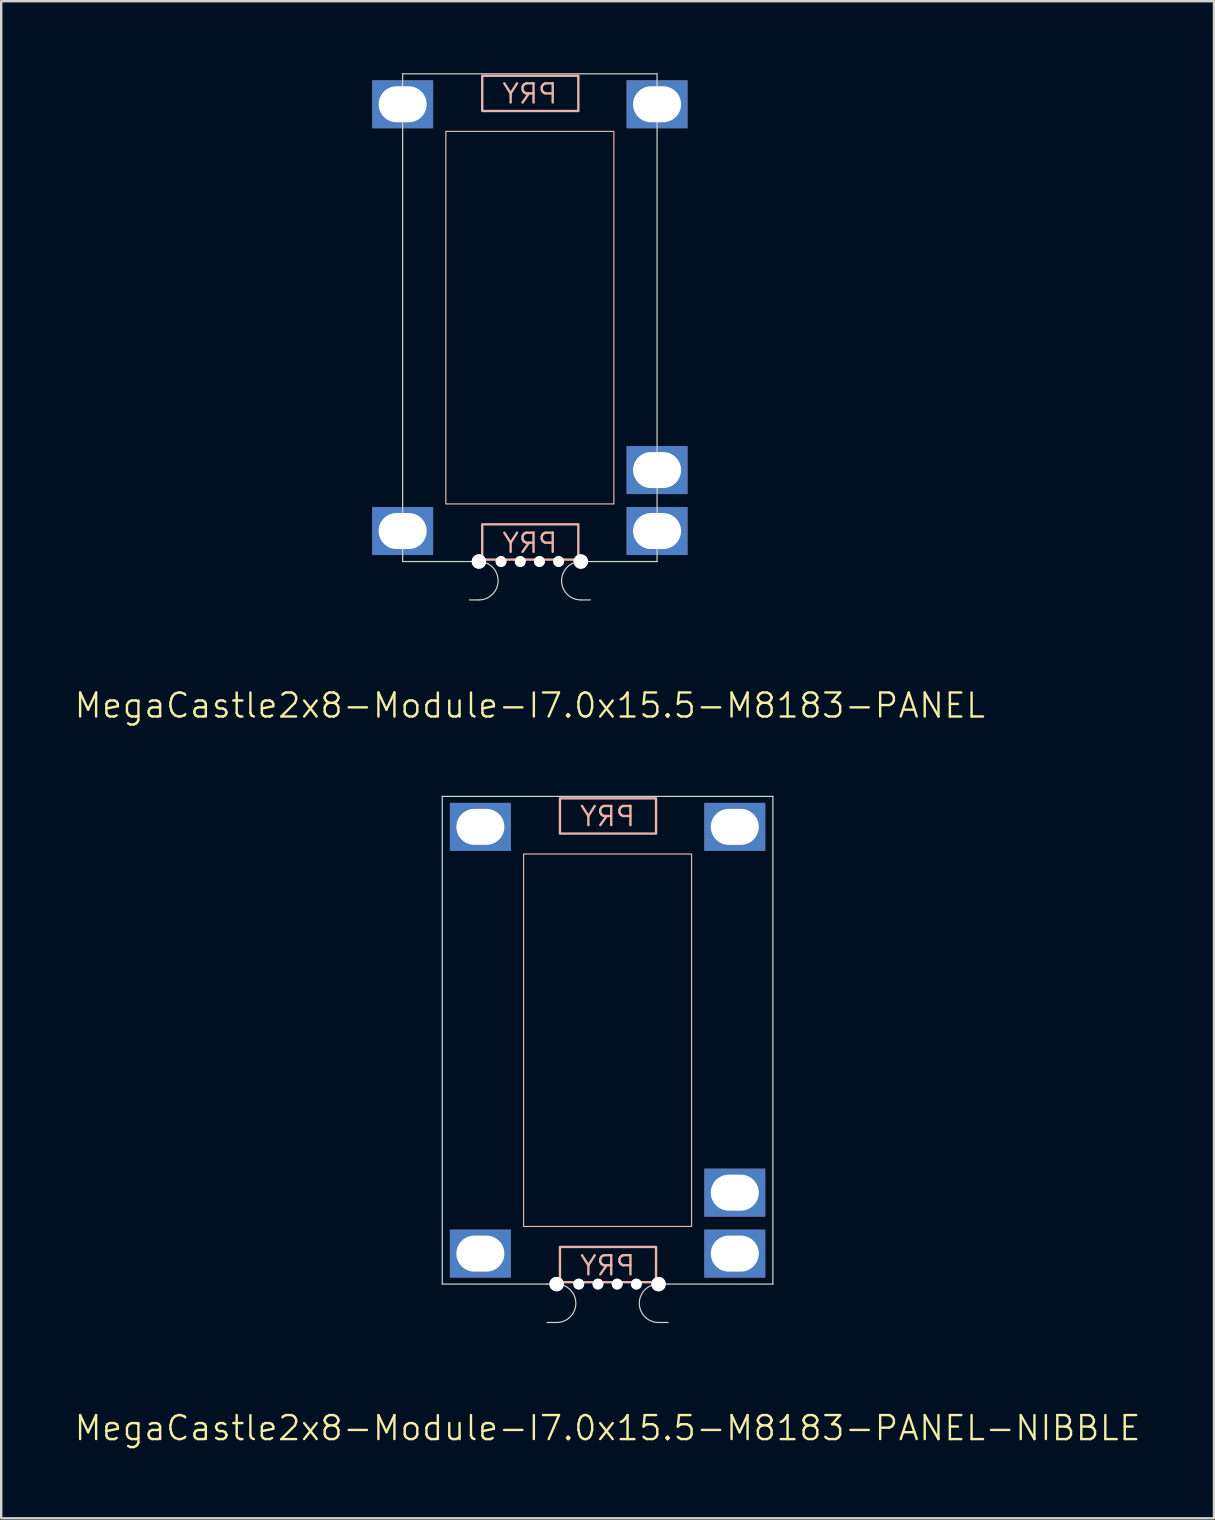
<source format=kicad_pcb>
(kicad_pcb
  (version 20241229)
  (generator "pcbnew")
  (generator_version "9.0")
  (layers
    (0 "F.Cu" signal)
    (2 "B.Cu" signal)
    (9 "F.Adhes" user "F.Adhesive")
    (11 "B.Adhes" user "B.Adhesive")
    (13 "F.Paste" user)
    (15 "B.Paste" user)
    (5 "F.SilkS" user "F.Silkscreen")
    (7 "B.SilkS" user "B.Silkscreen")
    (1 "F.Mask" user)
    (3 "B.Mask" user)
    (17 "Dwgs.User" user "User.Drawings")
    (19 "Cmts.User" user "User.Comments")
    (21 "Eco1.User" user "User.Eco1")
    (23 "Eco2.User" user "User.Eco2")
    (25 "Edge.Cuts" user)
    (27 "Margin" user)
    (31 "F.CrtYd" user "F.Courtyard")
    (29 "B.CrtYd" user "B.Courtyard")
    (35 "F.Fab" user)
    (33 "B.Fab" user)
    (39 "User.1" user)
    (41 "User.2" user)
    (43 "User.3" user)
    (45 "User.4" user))
  (footprint "MegaCastle2x8-Module-I7.0x15.5-M8183-PANEL-NIBBLE"
    (layer "F.Cu")
    (at 22.264 40.291)
    (property "Reference" "MegaCastle2x8-Module-I7.0x15.5-M8183-PANEL-NIBBLE" (at 0 16.16 0) (unlocked yes) (layer "F.SilkS") (effects (font (size 1 1) (thickness 0.1))))
    (attr smd)
    (fp_rect (start -3.5 7.76) (end 3.5 -7.76) (stroke (width 0.05) (type default)) (fill no) (layer "B.SilkS"))
    (fp_rect (start -1.984 -8.611) (end 2.02 -10.08) (stroke (width 0.1) (type default)) (fill no) (layer "B.SilkS"))
    (fp_rect (start -1.984 8.611) (end 2.02 10.08) (stroke (width 0.1) (type default)) (fill no) (layer "B.SilkS"))
    (fp_line (start -6.888 -10.16) (end -6.888 10.16) (stroke (width 0.05) (type default)) (layer "Edge.Cuts"))
    (fp_line (start -6.888 -10.16) (end 6.888 -10.16) (stroke (width 0.05) (type default)) (layer "Edge.Cuts"))
    (fp_line (start -6.888 10.16) (end -2.522 10.16) (stroke (width 0.05) (type default)) (layer "Edge.Cuts"))
    (fp_line (start -2.522 10.16) (end -2.123 10.16) (stroke (width 0.05) (type default)) (layer "Edge.Cuts"))
    (fp_line (start -2.522 11.76) (end -2.123 11.76) (stroke (width 0.05) (type default)) (layer "Edge.Cuts"))
    (fp_line (start 2.522 10.16) (end 2.123 10.16) (stroke (width 0.05) (type default)) (layer "Edge.Cuts"))
    (fp_line (start 2.522 10.16) (end 6.888 10.16) (stroke (width 0.05) (type default)) (layer "Edge.Cuts"))
    (fp_line (start 2.522 11.76) (end 2.123 11.76) (stroke (width 0.05) (type default)) (layer "Edge.Cuts"))
    (fp_line (start 6.888 -10.16) (end 6.888 10.16) (stroke (width 0.05) (type default)) (layer "Edge.Cuts"))
    (fp_arc (start -2.1225 10.16) (mid -1.3225 10.96) (end -2.1225 11.76) (stroke (width 0.05) (type default)) (layer "Edge.Cuts"))
    (fp_arc (start 2.1225 11.76) (mid 1.3225 10.96) (end 2.1225 10.16) (stroke (width 0.05) (type default)) (layer "Edge.Cuts"))
    (fp_text user "PRY" (at 0 -8.86 0) (unlocked yes) (layer "B.SilkS") (effects (font (size 0.8 0.8) (thickness 0.1)) (justify bottom mirror)))
    (fp_text user "PRY" (at 0 9.86 0) (unlocked yes) (layer "B.SilkS") (effects (font (size 0.8 0.8) (thickness 0.1)) (justify bottom mirror)))
    (pad "" np_thru_hole circle (at -2.123 10.16) (size 0.6 0.6) (drill 0.6) (layers "*.Cu" "Edge.Cuts"))
    (pad "" np_thru_hole circle (at -1.2 10.16) (size 0.45 0.45) (drill 0.45) (layers "*.Cu" "Edge.Cuts"))
    (pad "" np_thru_hole circle (at -0.4 10.16) (size 0.45 0.45) (drill 0.45) (layers "*.Cu" "Edge.Cuts"))
    (pad "" np_thru_hole circle (at 0.4 10.16) (size 0.45 0.45) (drill 0.45) (layers "*.Cu" "Edge.Cuts"))
    (pad "" np_thru_hole circle (at 1.2 10.16) (size 0.45 0.45) (drill 0.45) (layers "*.Cu" "Edge.Cuts"))
    (pad "" np_thru_hole circle (at 2.123 10.16) (size 0.6 0.6) (drill 0.6) (layers "*.Cu" "Edge.Cuts"))
    (pad "1" thru_hole rect (at -5.3 -8.89) (size 2.54 2) (drill oval 2 1.5) (property pad_prop_castellated) (layers "*.Cu" "*.Mask"))
    (pad "8" thru_hole rect (at -5.3 8.89) (size 2.54 2) (drill oval 2 1.5) (property pad_prop_castellated) (layers "*.Cu" "*.Mask"))
    (pad "9" thru_hole rect (at 5.3 -8.89) (size 2.54 2) (drill oval 2 1.5) (property pad_prop_castellated) (layers "*.Cu" "*.Mask"))
    (pad "15" thru_hole rect (at 5.3 6.35) (size 2.54 2) (drill oval 2 1.5) (property pad_prop_castellated) (layers "*.Cu" "*.Mask"))
    (pad "16" thru_hole rect (at 5.3 8.89) (size 2.54 2) (drill oval 2 1.5) (property pad_prop_castellated) (layers "*.Cu" "*.Mask"))
    (zone (net_name "") (layer "B.Cu") (hatch edge 0.5) (connect_pads) (min_thickness 0.25) (filled_areas_thickness no) (keepout (tracks allowed) (vias allowed) (pads allowed) (copperpour allowed) (footprints not_allowed)) (placement (enabled no)) (fill) (polygon (pts (xy 16.964 50.45) (xy 16.964 30.131) (xy 18.764 30.131) (xy 18.764 50.45))))
    (zone (net_name "") (layer "B.Cu") (hatch edge 0.5) (connect_pads) (min_thickness 0.25) (filled_areas_thickness no) (keepout (tracks allowed) (vias allowed) (pads allowed) (copperpour allowed) (footprints not_allowed)) (placement (enabled no)) (fill) (polygon (pts (xy 18.764 30.131) (xy 18.764 32.531) (xy 25.764 32.531) (xy 25.764 30.131))))
    (zone (net_name "") (layer "B.Cu") (hatch edge 0.5) (connect_pads) (min_thickness 0.25) (filled_areas_thickness no) (keepout (tracks allowed) (vias allowed) (pads allowed) (copperpour allowed) (footprints not_allowed)) (placement (enabled no)) (fill) (polygon (pts (xy 18.764 50.45) (xy 18.764 48.05) (xy 25.764 48.05) (xy 25.764 50.45))))
    (zone (net_name "") (layer "B.Cu") (name "Upper Pry Zone") (hatch edge 0.5) (connect_pads) (min_thickness 0.25) (filled_areas_thickness no) (keepout (tracks not_allowed) (vias not_allowed) (pads not_allowed) (copperpour allowed) (footprints not_allowed)) (placement (enabled no)) (fill) (polygon (pts (xy 20.28 31.679) (xy 20.28 30.21) (xy 24.284 30.21) (xy 24.284 31.679))))
    (zone (net_name "") (layer "B.Cu") (name "Upper Pry Zone") (hatch edge 0.5) (connect_pads) (min_thickness 0.25) (filled_areas_thickness no) (keepout (tracks not_allowed) (vias not_allowed) (pads not_allowed) (copperpour allowed) (footprints not_allowed)) (placement (enabled no)) (fill) (polygon (pts (xy 20.28 48.902) (xy 20.28 50.37) (xy 24.284 50.37) (xy 24.284 48.902))))
    (zone (net_name "") (layer "B.Cu") (hatch edge 0.5) (connect_pads) (min_thickness 0.25) (filled_areas_thickness no) (keepout (tracks allowed) (vias allowed) (pads allowed) (copperpour allowed) (footprints not_allowed)) (placement (enabled no)) (fill) (polygon (pts (xy 27.564 50.45) (xy 27.564 30.131) (xy 25.764 30.131) (xy 25.764 50.45)))))
  (footprint "MegaCastle2x8-Module-I7.0x15.5-M8183-PANEL"
    (layer "F.Cu")
    (at 19.026 10.185)
    (property "Reference" "MegaCastle2x8-Module-I7.0x15.5-M8183-PANEL" (at 0 16.16 0) (unlocked yes) (layer "F.SilkS") (effects (font (size 1 1) (thickness 0.1))))
    (attr smd)
    (fp_rect (start -3.5 7.76) (end 3.5 -7.76) (stroke (width 0.05) (type default)) (fill no) (layer "B.SilkS"))
    (fp_rect (start -1.984 -8.611) (end 2.02 -10.08) (stroke (width 0.1) (type default)) (fill no) (layer "B.SilkS"))
    (fp_rect (start -1.984 8.611) (end 2.02 10.08) (stroke (width 0.1) (type default)) (fill no) (layer "B.SilkS"))
    (fp_line (start -5.3 -10.16) (end -5.3 10.16) (stroke (width 0.05) (type default)) (layer "Edge.Cuts"))
    (fp_line (start -5.3 -10.16) (end 5.3 -10.16) (stroke (width 0.05) (type default)) (layer "Edge.Cuts"))
    (fp_line (start -5.3 10.16) (end -2.522 10.16) (stroke (width 0.05) (type default)) (layer "Edge.Cuts"))
    (fp_line (start -2.522 10.16) (end -2.123 10.16) (stroke (width 0.05) (type default)) (layer "Edge.Cuts"))
    (fp_line (start -2.522 11.76) (end -2.123 11.76) (stroke (width 0.05) (type default)) (layer "Edge.Cuts"))
    (fp_line (start 2.522 10.16) (end 2.123 10.16) (stroke (width 0.05) (type default)) (layer "Edge.Cuts"))
    (fp_line (start 2.522 10.16) (end 5.3 10.16) (stroke (width 0.05) (type default)) (layer "Edge.Cuts"))
    (fp_line (start 2.522 11.76) (end 2.123 11.76) (stroke (width 0.05) (type default)) (layer "Edge.Cuts"))
    (fp_line (start 5.3 -10.16) (end 5.3 10.16) (stroke (width 0.05) (type default)) (layer "Edge.Cuts"))
    (fp_arc (start -2.1225 10.16) (mid -1.3225 10.96) (end -2.1225 11.76) (stroke (width 0.05) (type default)) (layer "Edge.Cuts"))
    (fp_arc (start 2.1225 11.76) (mid 1.3225 10.96) (end 2.1225 10.16) (stroke (width 0.05) (type default)) (layer "Edge.Cuts"))
    (fp_text user "PRY" (at 0 9.86 0) (unlocked yes) (layer "B.SilkS") (effects (font (size 0.8 0.8) (thickness 0.1)) (justify bottom mirror)))
    (fp_text user "PRY" (at 0 -8.86 0) (unlocked yes) (layer "B.SilkS") (effects (font (size 0.8 0.8) (thickness 0.1)) (justify bottom mirror)))
    (pad "" np_thru_hole circle (at -2.123 10.16) (size 0.6 0.6) (drill 0.6) (layers "*.Cu" "Edge.Cuts"))
    (pad "" np_thru_hole circle (at -1.2 10.16) (size 0.45 0.45) (drill 0.45) (layers "*.Cu" "Edge.Cuts"))
    (pad "" np_thru_hole circle (at -0.4 10.16) (size 0.45 0.45) (drill 0.45) (layers "*.Cu" "Edge.Cuts"))
    (pad "" np_thru_hole circle (at 0.4 10.16) (size 0.45 0.45) (drill 0.45) (layers "*.Cu" "Edge.Cuts"))
    (pad "" np_thru_hole circle (at 1.2 10.16) (size 0.45 0.45) (drill 0.45) (layers "*.Cu" "Edge.Cuts"))
    (pad "" np_thru_hole circle (at 2.123 10.16) (size 0.6 0.6) (drill 0.6) (layers "*.Cu" "Edge.Cuts"))
    (pad "1" thru_hole rect (at -5.3 -8.89) (size 2.54 2) (drill oval 2 1.5) (property pad_prop_castellated) (layers "*.Cu" "*.Mask"))
    (pad "8" thru_hole rect (at -5.3 8.89) (size 2.54 2) (drill oval 2 1.5) (property pad_prop_castellated) (layers "*.Cu" "*.Mask"))
    (pad "9" thru_hole rect (at 5.3 -8.89) (size 2.54 2) (drill oval 2 1.5) (property pad_prop_castellated) (layers "*.Cu" "*.Mask"))
    (pad "15" thru_hole rect (at 5.3 6.35) (size 2.54 2) (drill oval 2 1.5) (property pad_prop_castellated) (layers "*.Cu" "*.Mask"))
    (pad "16" thru_hole rect (at 5.3 8.89) (size 2.54 2) (drill oval 2 1.5) (property pad_prop_castellated) (layers "*.Cu" "*.Mask"))
    (zone (net_name "") (layer "B.Cu") (hatch edge 0.5) (connect_pads) (min_thickness 0.25) (filled_areas_thickness no) (keepout (tracks allowed) (vias allowed) (pads allowed) (copperpour allowed) (footprints not_allowed)) (placement (enabled no)) (fill) (polygon (pts (xy 13.726 20.345) (xy 13.726 0.025) (xy 15.526 0.025) (xy 15.526 20.345))))
    (zone (net_name "") (layer "B.Cu") (hatch edge 0.5) (connect_pads) (min_thickness 0.25) (filled_areas_thickness no) (keepout (tracks allowed) (vias allowed) (pads allowed) (copperpour allowed) (footprints not_allowed)) (placement (enabled no)) (fill) (polygon (pts (xy 15.526 0.025) (xy 15.526 2.425) (xy 22.526 2.425) (xy 22.526 0.025))))
    (zone (net_name "") (layer "B.Cu") (hatch edge 0.5) (connect_pads) (min_thickness 0.25) (filled_areas_thickness no) (keepout (tracks allowed) (vias allowed) (pads allowed) (copperpour allowed) (footprints not_allowed)) (placement (enabled no)) (fill) (polygon (pts (xy 15.526 20.345) (xy 15.526 17.945) (xy 22.526 17.945) (xy 22.526 20.345))))
    (zone (net_name "") (layer "B.Cu") (name "Upper Pry Zone") (hatch edge 0.5) (connect_pads) (min_thickness 0.25) (filled_areas_thickness no) (keepout (tracks not_allowed) (vias not_allowed) (pads not_allowed) (copperpour allowed) (footprints not_allowed)) (placement (enabled no)) (fill) (polygon (pts (xy 17.042 1.574) (xy 17.042 0.105) (xy 21.046 0.105) (xy 21.046 1.574))))
    (zone (net_name "") (layer "B.Cu") (name "Upper Pry Zone") (hatch edge 0.5) (connect_pads) (min_thickness 0.25) (filled_areas_thickness no) (keepout (tracks not_allowed) (vias not_allowed) (pads not_allowed) (copperpour allowed) (footprints not_allowed)) (placement (enabled no)) (fill) (polygon (pts (xy 17.042 18.796) (xy 17.042 20.265) (xy 21.046 20.265) (xy 21.046 18.796))))
    (zone (net_name "") (layer "B.Cu") (hatch edge 0.5) (connect_pads) (min_thickness 0.25) (filled_areas_thickness no) (keepout (tracks allowed) (vias allowed) (pads allowed) (copperpour allowed) (footprints not_allowed)) (placement (enabled no)) (fill) (polygon (pts (xy 24.326 20.345) (xy 24.326 0.025) (xy 22.526 0.025) (xy 22.526 20.345)))))
  (gr_rect
    (start -3 -3)
    (end 47.529 60.211)
    (stroke (width 0.1) (type default))
    (fill no)
    (layer "Edge.Cuts")))
</source>
